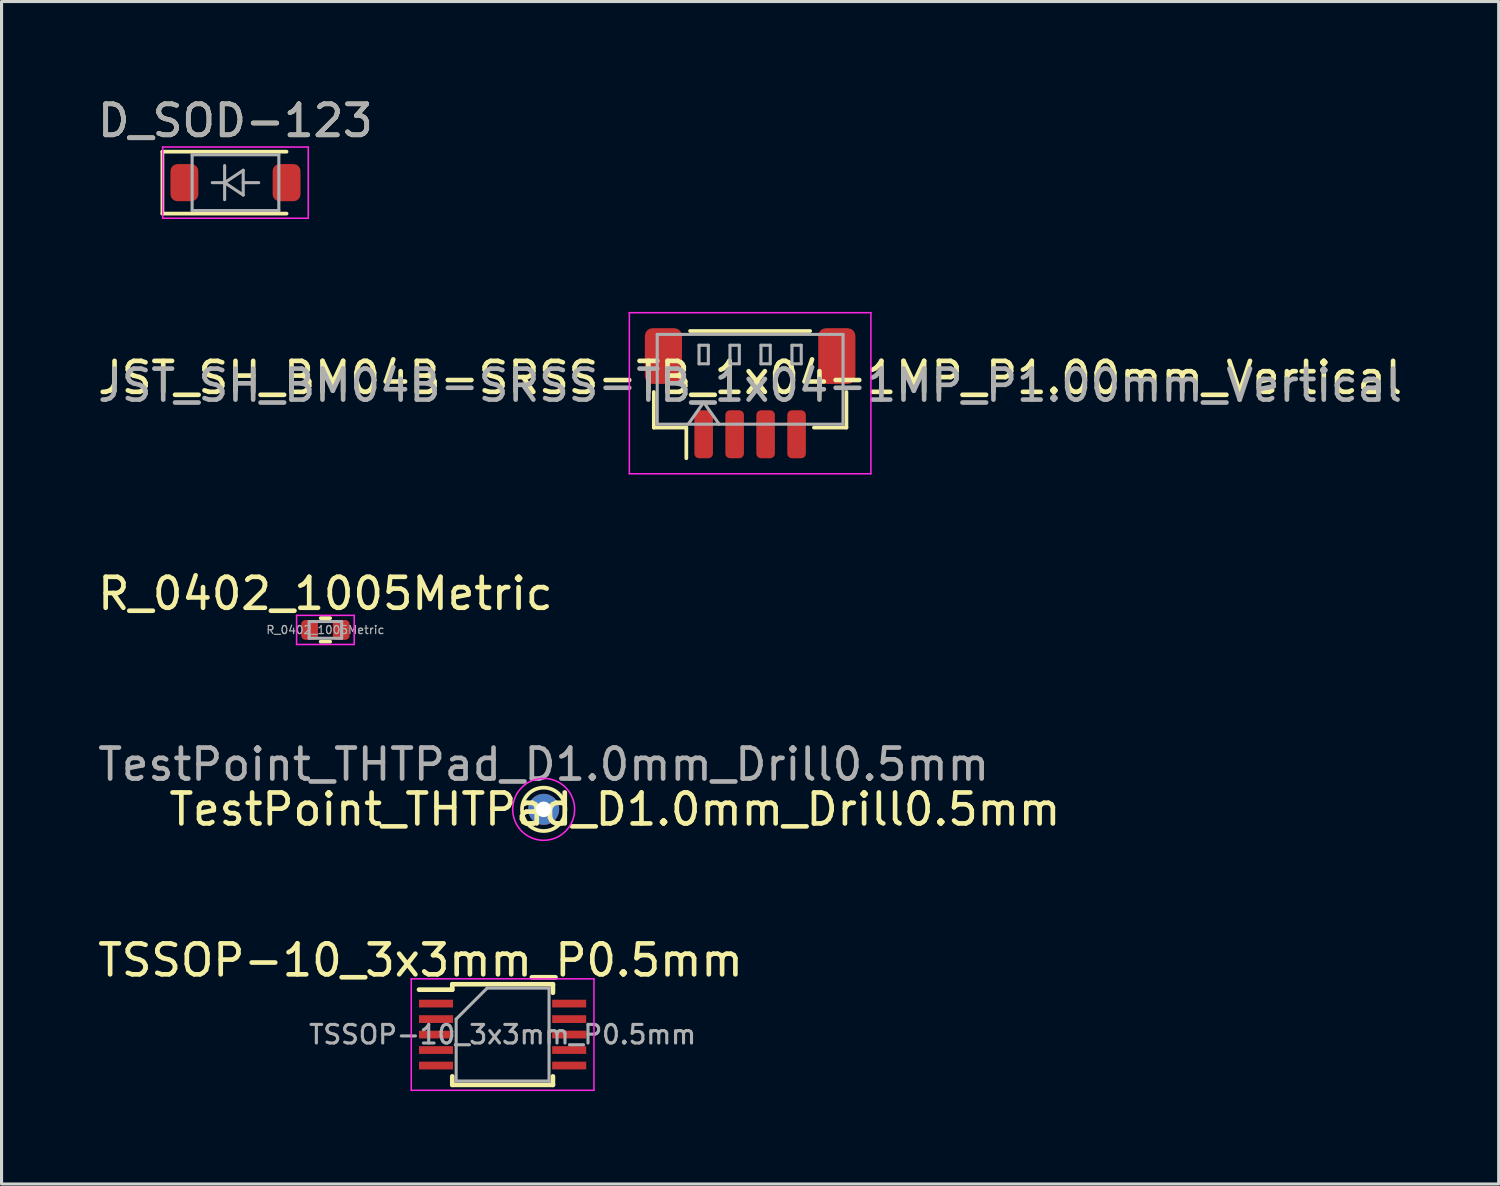
<source format=kicad_pcb>
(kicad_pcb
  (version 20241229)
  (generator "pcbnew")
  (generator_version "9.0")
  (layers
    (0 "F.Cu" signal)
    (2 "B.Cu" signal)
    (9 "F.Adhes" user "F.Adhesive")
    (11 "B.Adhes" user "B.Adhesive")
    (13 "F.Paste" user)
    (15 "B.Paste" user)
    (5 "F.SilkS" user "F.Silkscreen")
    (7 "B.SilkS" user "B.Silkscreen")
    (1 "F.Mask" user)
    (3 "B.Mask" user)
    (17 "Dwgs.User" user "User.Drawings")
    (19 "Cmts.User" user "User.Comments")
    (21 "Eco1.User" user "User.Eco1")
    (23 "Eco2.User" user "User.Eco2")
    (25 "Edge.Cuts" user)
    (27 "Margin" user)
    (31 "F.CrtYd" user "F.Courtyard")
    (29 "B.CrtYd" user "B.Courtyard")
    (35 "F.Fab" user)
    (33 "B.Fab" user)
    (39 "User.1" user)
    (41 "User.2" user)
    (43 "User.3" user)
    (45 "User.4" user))
  (footprint "JST_SH_BM04B-SRSS-TB_1x04-1MP_P1.00mm_Vertical"
    (layer "F.Cu")
    (at 21.173 9.648)
    (property "Reference" "JST_SH_BM04B-SRSS-TB_1x04-1MP_P1.00mm_Vertical" (at 0 -0.5 0) (layer "F.SilkS") (effects (font (size 1 1) (thickness 0.15))))
    (attr smd)
    (fp_line (start -3.11 -0.04) (end -3.11 1.11) (stroke (width 0.12) (type solid)) (layer "F.SilkS"))
    (fp_line (start -3.11 1.11) (end -2.06 1.11) (stroke (width 0.12) (type solid)) (layer "F.SilkS"))
    (fp_line (start -2.06 1.11) (end -2.06 2.1) (stroke (width 0.12) (type solid)) (layer "F.SilkS"))
    (fp_line (start -1.94 -2.01) (end 1.94 -2.01) (stroke (width 0.12) (type solid)) (layer "F.SilkS"))
    (fp_line (start 3.11 -0.04) (end 3.11 1.11) (stroke (width 0.12) (type solid)) (layer "F.SilkS"))
    (fp_line (start 3.11 1.11) (end 2.06 1.11) (stroke (width 0.12) (type solid)) (layer "F.SilkS"))
    (fp_line (start -3.9 -2.6) (end -3.9 2.6) (stroke (width 0.05) (type solid)) (layer "F.CrtYd"))
    (fp_line (start -3.9 2.6) (end 3.9 2.6) (stroke (width 0.05) (type solid)) (layer "F.CrtYd"))
    (fp_line (start 3.9 -2.6) (end -3.9 -2.6) (stroke (width 0.05) (type solid)) (layer "F.CrtYd"))
    (fp_line (start 3.9 2.6) (end 3.9 -2.6) (stroke (width 0.05) (type solid)) (layer "F.CrtYd"))
    (fp_line (start -3 -1.9) (end 3 -1.9) (stroke (width 0.1) (type solid)) (layer "F.Fab"))
    (fp_line (start -3 1) (end -3 -1.9) (stroke (width 0.1) (type solid)) (layer "F.Fab"))
    (fp_line (start -3 1) (end 3 1) (stroke (width 0.1) (type solid)) (layer "F.Fab"))
    (fp_line (start -2 1) (end -1.5 0.293) (stroke (width 0.1) (type solid)) (layer "F.Fab"))
    (fp_line (start -1.65 -1.55) (end -1.65 -0.95) (stroke (width 0.1) (type solid)) (layer "F.Fab"))
    (fp_line (start -1.65 -0.95) (end -1.35 -0.95) (stroke (width 0.1) (type solid)) (layer "F.Fab"))
    (fp_line (start -1.5 0.293) (end -1 1) (stroke (width 0.1) (type solid)) (layer "F.Fab"))
    (fp_line (start -1.35 -1.55) (end -1.65 -1.55) (stroke (width 0.1) (type solid)) (layer "F.Fab"))
    (fp_line (start -1.35 -0.95) (end -1.35 -1.55) (stroke (width 0.1) (type solid)) (layer "F.Fab"))
    (fp_line (start -0.65 -1.55) (end -0.65 -0.95) (stroke (width 0.1) (type solid)) (layer "F.Fab"))
    (fp_line (start -0.65 -0.95) (end -0.35 -0.95) (stroke (width 0.1) (type solid)) (layer "F.Fab"))
    (fp_line (start -0.35 -1.55) (end -0.65 -1.55) (stroke (width 0.1) (type solid)) (layer "F.Fab"))
    (fp_line (start -0.35 -0.95) (end -0.35 -1.55) (stroke (width 0.1) (type solid)) (layer "F.Fab"))
    (fp_line (start 0.35 -1.55) (end 0.35 -0.95) (stroke (width 0.1) (type solid)) (layer "F.Fab"))
    (fp_line (start 0.35 -0.95) (end 0.65 -0.95) (stroke (width 0.1) (type solid)) (layer "F.Fab"))
    (fp_line (start 0.65 -1.55) (end 0.35 -1.55) (stroke (width 0.1) (type solid)) (layer "F.Fab"))
    (fp_line (start 0.65 -0.95) (end 0.65 -1.55) (stroke (width 0.1) (type solid)) (layer "F.Fab"))
    (fp_line (start 1.35 -1.55) (end 1.35 -0.95) (stroke (width 0.1) (type solid)) (layer "F.Fab"))
    (fp_line (start 1.35 -0.95) (end 1.65 -0.95) (stroke (width 0.1) (type solid)) (layer "F.Fab"))
    (fp_line (start 1.65 -1.55) (end 1.35 -1.55) (stroke (width 0.1) (type solid)) (layer "F.Fab"))
    (fp_line (start 1.65 -0.95) (end 1.65 -1.55) (stroke (width 0.1) (type solid)) (layer "F.Fab"))
    (fp_line (start 3 1) (end 3 -1.9) (stroke (width 0.1) (type solid)) (layer "F.Fab"))
    (fp_text user "${REFERENCE}" (at 0 -0.25 0) (layer "F.Fab") (effects (font (size 1 1) (thickness 0.15))))
    (pad "1" smd roundrect (at -1.5 1.325 180) (size 0.6 1.55) (layers "F.Cu" "F.Mask" "F.Paste") (roundrect_rratio 0.25))
    (pad "2" smd roundrect (at -0.5 1.325 180) (size 0.6 1.55) (layers "F.Cu" "F.Mask" "F.Paste") (roundrect_rratio 0.25))
    (pad "3" smd roundrect (at 0.5 1.325 180) (size 0.6 1.55) (layers "F.Cu" "F.Mask" "F.Paste") (roundrect_rratio 0.25))
    (pad "4" smd roundrect (at 1.5 1.325 180) (size 0.6 1.55) (layers "F.Cu" "F.Mask" "F.Paste") (roundrect_rratio 0.25))
    (pad "MP" smd roundrect (at -2.8 -1.2 180) (size 1.2 1.8) (layers "F.Cu" "F.Mask" "F.Paste") (roundrect_rratio 0.208))
    (pad "MP" smd roundrect (at 2.8 -1.2 180) (size 1.2 1.8) (layers "F.Cu" "F.Mask" "F.Paste") (roundrect_rratio 0.208)))
  (footprint "TestPoint_THTPad_D1.0mm_Drill0.5mm"
    (layer "F.Cu")
    (at 14.506 23.085)
    (property "Reference" "TestPoint_THTPad_D1.0mm_Drill0.5mm" (at 2.3 0 0) (layer "F.SilkS") (effects (font (size 1 1) (thickness 0.15))))
    (attr exclude_from_pos_files exclude_from_bom)
    (fp_circle (center 0 0) (end 0 0.7) (stroke (width 0.12) (type solid)) (fill no) (layer "F.SilkS"))
    (fp_circle (center 0 0) (end 1 0) (stroke (width 0.05) (type solid)) (fill no) (layer "F.CrtYd"))
    (fp_text user "${REFERENCE}" (at 0 -1.45 0) (layer "F.Fab") (effects (font (size 1 1) (thickness 0.15))))
    (pad "1" thru_hole circle (at 0 0 180) (size 1 1) (drill 0.5) (layers "*.Cu" "*.Mask")))
  (footprint "TSSOP-10_3x3mm_P0.5mm"
    (layer "F.Cu")
    (at 13.18 30.358)
    (property "Reference" "TSSOP-10_3x3mm_P0.5mm" (at -2.65 -2.4 180) (layer "F.SilkS") (effects (font (size 1 1) (thickness 0.15))))
    (attr smd)
    (fp_line (start -1.625 -1.625) (end -1.625 -1.45) (stroke (width 0.15) (type solid)) (layer "F.SilkS"))
    (fp_line (start -1.625 -1.625) (end 1.625 -1.625) (stroke (width 0.15) (type solid)) (layer "F.SilkS"))
    (fp_line (start -1.625 -1.45) (end -2.7 -1.45) (stroke (width 0.15) (type solid)) (layer "F.SilkS"))
    (fp_line (start -1.625 1.625) (end -1.625 1.35) (stroke (width 0.15) (type solid)) (layer "F.SilkS"))
    (fp_line (start -1.625 1.625) (end 1.625 1.625) (stroke (width 0.15) (type solid)) (layer "F.SilkS"))
    (fp_line (start 1.625 -1.625) (end 1.625 -1.35) (stroke (width 0.15) (type solid)) (layer "F.SilkS"))
    (fp_line (start 1.625 1.625) (end 1.625 1.35) (stroke (width 0.15) (type solid)) (layer "F.SilkS"))
    (fp_line (start -2.95 -1.8) (end -2.95 1.8) (stroke (width 0.05) (type solid)) (layer "F.CrtYd"))
    (fp_line (start -2.95 -1.8) (end 2.95 -1.8) (stroke (width 0.05) (type solid)) (layer "F.CrtYd"))
    (fp_line (start -2.95 1.8) (end 2.95 1.8) (stroke (width 0.05) (type solid)) (layer "F.CrtYd"))
    (fp_line (start 2.95 -1.8) (end 2.95 1.8) (stroke (width 0.05) (type solid)) (layer "F.CrtYd"))
    (fp_line (start -1.5 -0.5) (end -0.5 -1.5) (stroke (width 0.1) (type solid)) (layer "F.Fab"))
    (fp_line (start -1.5 1.5) (end -1.5 -0.5) (stroke (width 0.1) (type solid)) (layer "F.Fab"))
    (fp_line (start -0.5 -1.5) (end 1.5 -1.5) (stroke (width 0.1) (type solid)) (layer "F.Fab"))
    (fp_line (start 1.5 -1.5) (end 1.5 1.5) (stroke (width 0.1) (type solid)) (layer "F.Fab"))
    (fp_line (start 1.5 1.5) (end -1.5 1.5) (stroke (width 0.1) (type solid)) (layer "F.Fab"))
    (fp_text user "${REFERENCE}" (at 0 0 180) (layer "F.Fab") (effects (font (size 0.6 0.6) (thickness 0.1))))
    (pad "1" smd rect (at -2.15 -1) (size 1.1 0.25) (layers "F.Cu" "F.Mask" "F.Paste"))
    (pad "2" smd rect (at -2.15 -0.5) (size 1.1 0.25) (layers "F.Cu" "F.Mask" "F.Paste"))
    (pad "3" smd rect (at -2.15 0) (size 1.1 0.25) (layers "F.Cu" "F.Mask" "F.Paste"))
    (pad "4" smd rect (at -2.15 0.5) (size 1.1 0.25) (layers "F.Cu" "F.Mask" "F.Paste"))
    (pad "5" smd rect (at -2.15 1) (size 1.1 0.25) (layers "F.Cu" "F.Mask" "F.Paste"))
    (pad "6" smd rect (at 2.15 1) (size 1.1 0.25) (layers "F.Cu" "F.Mask" "F.Paste"))
    (pad "7" smd rect (at 2.15 0.5) (size 1.1 0.25) (layers "F.Cu" "F.Mask" "F.Paste"))
    (pad "8" smd rect (at 2.15 0) (size 1.1 0.25) (layers "F.Cu" "F.Mask" "F.Paste"))
    (pad "9" smd rect (at 2.15 -0.5) (size 1.1 0.25) (layers "F.Cu" "F.Mask" "F.Paste"))
    (pad "10" smd rect (at 2.15 -1) (size 1.1 0.25) (layers "F.Cu" "F.Mask" "F.Paste")))
  (footprint "R_0402_1005Metric"
    (layer "F.Cu")
    (at 7.458 17.291)
    (property "Reference" "R_0402_1005Metric" (at 0 -1.17 0) (layer "F.SilkS") (effects (font (size 1 1) (thickness 0.15))))
    (attr smd)
    (fp_line (start -0.154 -0.38) (end 0.154 -0.38) (stroke (width 0.12) (type solid)) (layer "F.SilkS"))
    (fp_line (start -0.154 0.38) (end 0.154 0.38) (stroke (width 0.12) (type solid)) (layer "F.SilkS"))
    (fp_line (start -0.93 -0.47) (end 0.93 -0.47) (stroke (width 0.05) (type solid)) (layer "F.CrtYd"))
    (fp_line (start -0.93 0.47) (end -0.93 -0.47) (stroke (width 0.05) (type solid)) (layer "F.CrtYd"))
    (fp_line (start 0.93 -0.47) (end 0.93 0.47) (stroke (width 0.05) (type solid)) (layer "F.CrtYd"))
    (fp_line (start 0.93 0.47) (end -0.93 0.47) (stroke (width 0.05) (type solid)) (layer "F.CrtYd"))
    (fp_line (start -0.525 -0.27) (end 0.525 -0.27) (stroke (width 0.1) (type solid)) (layer "F.Fab"))
    (fp_line (start -0.525 0.27) (end -0.525 -0.27) (stroke (width 0.1) (type solid)) (layer "F.Fab"))
    (fp_line (start 0.525 -0.27) (end 0.525 0.27) (stroke (width 0.1) (type solid)) (layer "F.Fab"))
    (fp_line (start 0.525 0.27) (end -0.525 0.27) (stroke (width 0.1) (type solid)) (layer "F.Fab"))
    (fp_text user "${REFERENCE}" (at 0 0 0) (layer "F.Fab") (effects (font (size 0.26 0.26) (thickness 0.04))))
    (pad "1" smd roundrect (at -0.51 0 180) (size 0.54 0.64) (layers "F.Cu" "F.Mask" "F.Paste") (roundrect_rratio 0.25))
    (pad "2" smd roundrect (at 0.51 0 180) (size 0.54 0.64) (layers "F.Cu" "F.Mask" "F.Paste") (roundrect_rratio 0.25)))
  (footprint "D_SOD-123"
    (layer "F.Cu")
    (at 4.554 2.848)
    (property "Reference" "D_SOD-123" (at 0 -2 180) (layer "F.SilkS") (effects (font (size 1 1) (thickness 0.15))))
    (attr smd)
    (fp_line (start -2.36 -1) (end -2.36 1) (stroke (width 0.12) (type solid)) (layer "F.SilkS"))
    (fp_line (start -2.36 -1) (end 1.65 -1) (stroke (width 0.12) (type solid)) (layer "F.SilkS"))
    (fp_line (start -2.36 1) (end 1.65 1) (stroke (width 0.12) (type solid)) (layer "F.SilkS"))
    (fp_line (start -2.35 -1.15) (end -2.35 1.15) (stroke (width 0.05) (type solid)) (layer "F.CrtYd"))
    (fp_line (start -2.35 -1.15) (end 2.35 -1.15) (stroke (width 0.05) (type solid)) (layer "F.CrtYd"))
    (fp_line (start 2.35 -1.15) (end 2.35 1.15) (stroke (width 0.05) (type solid)) (layer "F.CrtYd"))
    (fp_line (start 2.35 1.15) (end -2.35 1.15) (stroke (width 0.05) (type solid)) (layer "F.CrtYd"))
    (fp_line (start -1.4 -0.9) (end 1.4 -0.9) (stroke (width 0.1) (type solid)) (layer "F.Fab"))
    (fp_line (start -1.4 0.9) (end -1.4 -0.9) (stroke (width 0.1) (type solid)) (layer "F.Fab"))
    (fp_line (start -0.75 0) (end -0.35 0) (stroke (width 0.1) (type solid)) (layer "F.Fab"))
    (fp_line (start -0.35 0) (end -0.35 -0.55) (stroke (width 0.1) (type solid)) (layer "F.Fab"))
    (fp_line (start -0.35 0) (end -0.35 0.55) (stroke (width 0.1) (type solid)) (layer "F.Fab"))
    (fp_line (start -0.35 0) (end 0.25 -0.4) (stroke (width 0.1) (type solid)) (layer "F.Fab"))
    (fp_line (start 0.25 -0.4) (end 0.25 0.4) (stroke (width 0.1) (type solid)) (layer "F.Fab"))
    (fp_line (start 0.25 0) (end 0.75 0) (stroke (width 0.1) (type solid)) (layer "F.Fab"))
    (fp_line (start 0.25 0.4) (end -0.35 0) (stroke (width 0.1) (type solid)) (layer "F.Fab"))
    (fp_line (start 1.4 -0.9) (end 1.4 0.9) (stroke (width 0.1) (type solid)) (layer "F.Fab"))
    (fp_line (start 1.4 0.9) (end -1.4 0.9) (stroke (width 0.1) (type solid)) (layer "F.Fab"))
    (fp_text user "${REFERENCE}" (at 0 -2 180) (layer "F.Fab") (effects (font (size 1 1) (thickness 0.15))))
    (pad "1" smd roundrect (at -1.65 0) (size 0.9 1.2) (layers "F.Cu" "F.Mask" "F.Paste") (roundrect_rratio 0.25))
    (pad "2" smd roundrect (at 1.65 0) (size 0.9 1.2) (layers "F.Cu" "F.Mask" "F.Paste") (roundrect_rratio 0.25)))
  (gr_rect
    (start -3 -3)
    (end 45.345 35.183)
    (stroke (width 0.1) (type default))
    (fill no)
    (layer "Edge.Cuts")))
</source>
